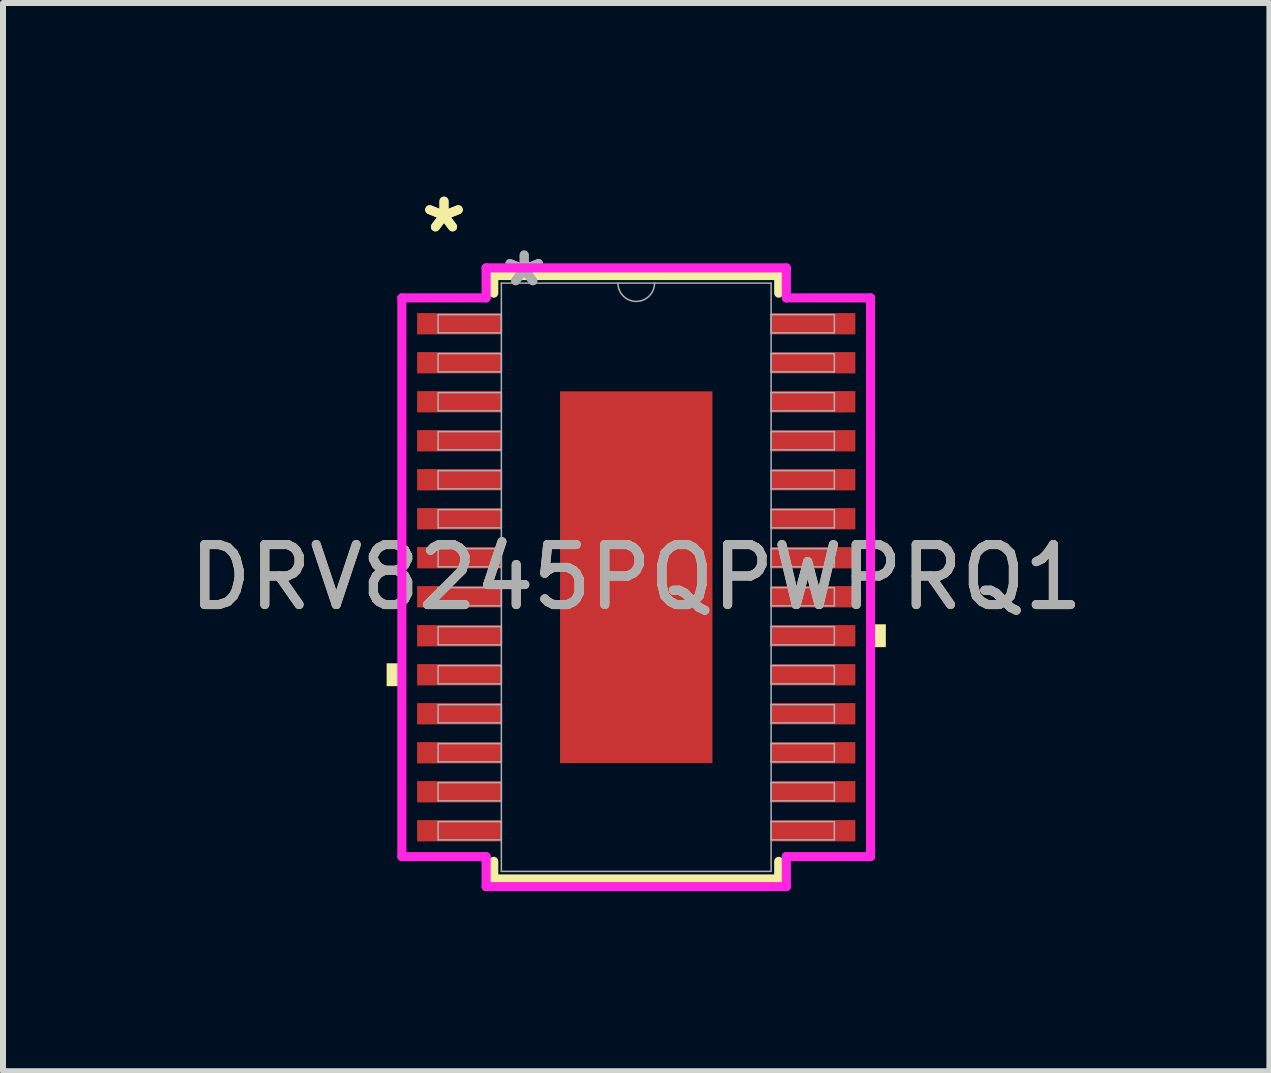
<source format=kicad_pcb>
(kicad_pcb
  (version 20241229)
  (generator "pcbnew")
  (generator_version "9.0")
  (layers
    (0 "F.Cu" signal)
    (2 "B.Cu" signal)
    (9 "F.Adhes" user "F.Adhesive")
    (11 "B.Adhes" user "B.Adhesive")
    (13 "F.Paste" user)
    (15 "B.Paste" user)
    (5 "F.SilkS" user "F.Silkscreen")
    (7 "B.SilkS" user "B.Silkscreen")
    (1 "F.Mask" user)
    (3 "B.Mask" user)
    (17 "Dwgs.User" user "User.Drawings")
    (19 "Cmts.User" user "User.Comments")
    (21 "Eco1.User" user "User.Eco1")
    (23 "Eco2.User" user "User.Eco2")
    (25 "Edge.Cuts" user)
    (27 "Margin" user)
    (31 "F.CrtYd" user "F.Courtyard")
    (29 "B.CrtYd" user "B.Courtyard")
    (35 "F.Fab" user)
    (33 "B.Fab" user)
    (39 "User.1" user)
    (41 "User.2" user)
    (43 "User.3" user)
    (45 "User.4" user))
  (footprint "DRV8245PQPWPRQ1"
    (layer "F.Cu")
    (at 7.554 6.571)
    (property "Reference" "DRV8245PQPWPRQ1" (at 0 0 0) (unlocked yes) (layer "F.SilkS") (effects (font (size 1 1) (thickness 0.15))))
    (attr smd)
    (fp_line (start -2.375 -5.029) (end -2.375 -4.735) (stroke (width 0.152) (type solid)) (layer "F.SilkS"))
    (fp_line (start -2.375 4.735) (end -2.375 5.029) (stroke (width 0.152) (type solid)) (layer "F.SilkS"))
    (fp_line (start -2.375 5.029) (end 2.375 5.029) (stroke (width 0.152) (type solid)) (layer "F.SilkS"))
    (fp_line (start 2.375 -5.029) (end -2.375 -5.029) (stroke (width 0.152) (type solid)) (layer "F.SilkS"))
    (fp_line (start 2.375 -4.735) (end 2.375 -5.029) (stroke (width 0.152) (type solid)) (layer "F.SilkS"))
    (fp_line (start 2.375 5.029) (end 2.375 4.735) (stroke (width 0.152) (type solid)) (layer "F.SilkS"))
    (fp_poly (pts (xy -4.16 1.434) (xy -4.16 1.815) (xy -3.906 1.815) (xy -3.906 1.434)) (stroke (width 0) (type solid)) (fill yes) (layer "F.SilkS"))
    (fp_poly (pts (xy 4.16 0.784) (xy 4.16 1.165) (xy 3.906 1.165) (xy 3.906 0.784)) (stroke (width 0) (type solid)) (fill yes) (layer "F.SilkS"))
    (fp_poly (pts (xy -1.17 -2.999) (xy -1.17 -1.649) (xy -0.1 -1.649) (xy -0.1 -2.999)) (stroke (width 0) (type solid)) (fill yes) (layer "F.Paste"))
    (fp_poly (pts (xy -1.17 -1.449) (xy -1.17 -0.1) (xy -0.1 -0.1) (xy -0.1 -1.449)) (stroke (width 0) (type solid)) (fill yes) (layer "F.Paste"))
    (fp_poly (pts (xy -1.17 0.1) (xy -1.17 1.449) (xy -0.1 1.449) (xy -0.1 0.1)) (stroke (width 0) (type solid)) (fill yes) (layer "F.Paste"))
    (fp_poly (pts (xy -1.17 1.649) (xy -1.17 2.999) (xy -0.1 2.999) (xy -0.1 1.649)) (stroke (width 0) (type solid)) (fill yes) (layer "F.Paste"))
    (fp_poly (pts (xy 0.1 -2.999) (xy 0.1 -1.649) (xy 1.17 -1.649) (xy 1.17 -2.999)) (stroke (width 0) (type solid)) (fill yes) (layer "F.Paste"))
    (fp_poly (pts (xy 0.1 -1.449) (xy 0.1 -0.1) (xy 1.17 -0.1) (xy 1.17 -1.449)) (stroke (width 0) (type solid)) (fill yes) (layer "F.Paste"))
    (fp_poly (pts (xy 0.1 0.1) (xy 0.1 1.449) (xy 1.17 1.449) (xy 1.17 0.1)) (stroke (width 0) (type solid)) (fill yes) (layer "F.Paste"))
    (fp_poly (pts (xy 0.1 1.649) (xy 0.1 2.999) (xy 1.17 2.999) (xy 1.17 1.649)) (stroke (width 0) (type solid)) (fill yes) (layer "F.Paste"))
    (fp_line (start -3.906 -4.656) (end -2.502 -4.656) (stroke (width 0.152) (type solid)) (layer "F.CrtYd"))
    (fp_line (start -3.906 4.656) (end -3.906 -4.656) (stroke (width 0.152) (type solid)) (layer "F.CrtYd"))
    (fp_line (start -3.906 4.656) (end -2.502 4.656) (stroke (width 0.152) (type solid)) (layer "F.CrtYd"))
    (fp_line (start -2.502 -5.156) (end 2.502 -5.156) (stroke (width 0.152) (type solid)) (layer "F.CrtYd"))
    (fp_line (start -2.502 -4.656) (end -2.502 -5.156) (stroke (width 0.152) (type solid)) (layer "F.CrtYd"))
    (fp_line (start -2.502 5.156) (end -2.502 4.656) (stroke (width 0.152) (type solid)) (layer "F.CrtYd"))
    (fp_line (start 2.502 -5.156) (end 2.502 -4.656) (stroke (width 0.152) (type solid)) (layer "F.CrtYd"))
    (fp_line (start 2.502 4.656) (end 2.502 5.156) (stroke (width 0.152) (type solid)) (layer "F.CrtYd"))
    (fp_line (start 2.502 5.156) (end -2.502 5.156) (stroke (width 0.152) (type solid)) (layer "F.CrtYd"))
    (fp_line (start 3.906 -4.656) (end 2.502 -4.656) (stroke (width 0.152) (type solid)) (layer "F.CrtYd"))
    (fp_line (start 3.906 -4.656) (end 3.906 4.656) (stroke (width 0.152) (type solid)) (layer "F.CrtYd"))
    (fp_line (start 3.906 4.656) (end 2.502 4.656) (stroke (width 0.152) (type solid)) (layer "F.CrtYd"))
    (fp_line (start -3.302 -4.377) (end -3.302 -4.073) (stroke (width 0.025) (type solid)) (layer "F.Fab"))
    (fp_line (start -3.302 -4.073) (end -2.248 -4.073) (stroke (width 0.025) (type solid)) (layer "F.Fab"))
    (fp_line (start -3.302 -3.727) (end -3.302 -3.423) (stroke (width 0.025) (type solid)) (layer "F.Fab"))
    (fp_line (start -3.302 -3.423) (end -2.248 -3.423) (stroke (width 0.025) (type solid)) (layer "F.Fab"))
    (fp_line (start -3.302 -3.077) (end -3.302 -2.773) (stroke (width 0.025) (type solid)) (layer "F.Fab"))
    (fp_line (start -3.302 -2.773) (end -2.248 -2.773) (stroke (width 0.025) (type solid)) (layer "F.Fab"))
    (fp_line (start -3.302 -2.427) (end -3.302 -2.123) (stroke (width 0.025) (type solid)) (layer "F.Fab"))
    (fp_line (start -3.302 -2.123) (end -2.248 -2.123) (stroke (width 0.025) (type solid)) (layer "F.Fab"))
    (fp_line (start -3.302 -1.777) (end -3.302 -1.473) (stroke (width 0.025) (type solid)) (layer "F.Fab"))
    (fp_line (start -3.302 -1.473) (end -2.248 -1.473) (stroke (width 0.025) (type solid)) (layer "F.Fab"))
    (fp_line (start -3.302 -1.127) (end -3.302 -0.823) (stroke (width 0.025) (type solid)) (layer "F.Fab"))
    (fp_line (start -3.302 -0.823) (end -2.248 -0.823) (stroke (width 0.025) (type solid)) (layer "F.Fab"))
    (fp_line (start -3.302 -0.477) (end -3.302 -0.173) (stroke (width 0.025) (type solid)) (layer "F.Fab"))
    (fp_line (start -3.302 -0.173) (end -2.248 -0.173) (stroke (width 0.025) (type solid)) (layer "F.Fab"))
    (fp_line (start -3.302 0.173) (end -3.302 0.477) (stroke (width 0.025) (type solid)) (layer "F.Fab"))
    (fp_line (start -3.302 0.477) (end -2.248 0.477) (stroke (width 0.025) (type solid)) (layer "F.Fab"))
    (fp_line (start -3.302 0.823) (end -3.302 1.127) (stroke (width 0.025) (type solid)) (layer "F.Fab"))
    (fp_line (start -3.302 1.127) (end -2.248 1.127) (stroke (width 0.025) (type solid)) (layer "F.Fab"))
    (fp_line (start -3.302 1.473) (end -3.302 1.777) (stroke (width 0.025) (type solid)) (layer "F.Fab"))
    (fp_line (start -3.302 1.777) (end -2.248 1.777) (stroke (width 0.025) (type solid)) (layer "F.Fab"))
    (fp_line (start -3.302 2.123) (end -3.302 2.427) (stroke (width 0.025) (type solid)) (layer "F.Fab"))
    (fp_line (start -3.302 2.427) (end -2.248 2.427) (stroke (width 0.025) (type solid)) (layer "F.Fab"))
    (fp_line (start -3.302 2.773) (end -3.302 3.077) (stroke (width 0.025) (type solid)) (layer "F.Fab"))
    (fp_line (start -3.302 3.077) (end -2.248 3.077) (stroke (width 0.025) (type solid)) (layer "F.Fab"))
    (fp_line (start -3.302 3.423) (end -3.302 3.727) (stroke (width 0.025) (type solid)) (layer "F.Fab"))
    (fp_line (start -3.302 3.727) (end -2.248 3.727) (stroke (width 0.025) (type solid)) (layer "F.Fab"))
    (fp_line (start -3.302 4.073) (end -3.302 4.377) (stroke (width 0.025) (type solid)) (layer "F.Fab"))
    (fp_line (start -3.302 4.377) (end -2.248 4.377) (stroke (width 0.025) (type solid)) (layer "F.Fab"))
    (fp_line (start -2.248 -4.902) (end -2.248 4.902) (stroke (width 0.025) (type solid)) (layer "F.Fab"))
    (fp_line (start -2.248 -4.377) (end -3.302 -4.377) (stroke (width 0.025) (type solid)) (layer "F.Fab"))
    (fp_line (start -2.248 -4.073) (end -2.248 -4.377) (stroke (width 0.025) (type solid)) (layer "F.Fab"))
    (fp_line (start -2.248 -3.727) (end -3.302 -3.727) (stroke (width 0.025) (type solid)) (layer "F.Fab"))
    (fp_line (start -2.248 -3.423) (end -2.248 -3.727) (stroke (width 0.025) (type solid)) (layer "F.Fab"))
    (fp_line (start -2.248 -3.077) (end -3.302 -3.077) (stroke (width 0.025) (type solid)) (layer "F.Fab"))
    (fp_line (start -2.248 -2.773) (end -2.248 -3.077) (stroke (width 0.025) (type solid)) (layer "F.Fab"))
    (fp_line (start -2.248 -2.427) (end -3.302 -2.427) (stroke (width 0.025) (type solid)) (layer "F.Fab"))
    (fp_line (start -2.248 -2.123) (end -2.248 -2.427) (stroke (width 0.025) (type solid)) (layer "F.Fab"))
    (fp_line (start -2.248 -1.777) (end -3.302 -1.777) (stroke (width 0.025) (type solid)) (layer "F.Fab"))
    (fp_line (start -2.248 -1.473) (end -2.248 -1.777) (stroke (width 0.025) (type solid)) (layer "F.Fab"))
    (fp_line (start -2.248 -1.127) (end -3.302 -1.127) (stroke (width 0.025) (type solid)) (layer "F.Fab"))
    (fp_line (start -2.248 -0.823) (end -2.248 -1.127) (stroke (width 0.025) (type solid)) (layer "F.Fab"))
    (fp_line (start -2.248 -0.477) (end -3.302 -0.477) (stroke (width 0.025) (type solid)) (layer "F.Fab"))
    (fp_line (start -2.248 -0.173) (end -2.248 -0.477) (stroke (width 0.025) (type solid)) (layer "F.Fab"))
    (fp_line (start -2.248 0.173) (end -3.302 0.173) (stroke (width 0.025) (type solid)) (layer "F.Fab"))
    (fp_line (start -2.248 0.477) (end -2.248 0.173) (stroke (width 0.025) (type solid)) (layer "F.Fab"))
    (fp_line (start -2.248 0.823) (end -3.302 0.823) (stroke (width 0.025) (type solid)) (layer "F.Fab"))
    (fp_line (start -2.248 1.127) (end -2.248 0.823) (stroke (width 0.025) (type solid)) (layer "F.Fab"))
    (fp_line (start -2.248 1.473) (end -3.302 1.473) (stroke (width 0.025) (type solid)) (layer "F.Fab"))
    (fp_line (start -2.248 1.777) (end -2.248 1.473) (stroke (width 0.025) (type solid)) (layer "F.Fab"))
    (fp_line (start -2.248 2.123) (end -3.302 2.123) (stroke (width 0.025) (type solid)) (layer "F.Fab"))
    (fp_line (start -2.248 2.427) (end -2.248 2.123) (stroke (width 0.025) (type solid)) (layer "F.Fab"))
    (fp_line (start -2.248 2.773) (end -3.302 2.773) (stroke (width 0.025) (type solid)) (layer "F.Fab"))
    (fp_line (start -2.248 3.077) (end -2.248 2.773) (stroke (width 0.025) (type solid)) (layer "F.Fab"))
    (fp_line (start -2.248 3.423) (end -3.302 3.423) (stroke (width 0.025) (type solid)) (layer "F.Fab"))
    (fp_line (start -2.248 3.727) (end -2.248 3.423) (stroke (width 0.025) (type solid)) (layer "F.Fab"))
    (fp_line (start -2.248 4.073) (end -3.302 4.073) (stroke (width 0.025) (type solid)) (layer "F.Fab"))
    (fp_line (start -2.248 4.377) (end -2.248 4.073) (stroke (width 0.025) (type solid)) (layer "F.Fab"))
    (fp_line (start -2.248 4.902) (end 2.248 4.902) (stroke (width 0.025) (type solid)) (layer "F.Fab"))
    (fp_line (start 2.248 -4.902) (end -2.248 -4.902) (stroke (width 0.025) (type solid)) (layer "F.Fab"))
    (fp_line (start 2.248 -4.377) (end 2.248 -4.073) (stroke (width 0.025) (type solid)) (layer "F.Fab"))
    (fp_line (start 2.248 -4.073) (end 3.302 -4.073) (stroke (width 0.025) (type solid)) (layer "F.Fab"))
    (fp_line (start 2.248 -3.727) (end 2.248 -3.423) (stroke (width 0.025) (type solid)) (layer "F.Fab"))
    (fp_line (start 2.248 -3.423) (end 3.302 -3.423) (stroke (width 0.025) (type solid)) (layer "F.Fab"))
    (fp_line (start 2.248 -3.077) (end 2.248 -2.773) (stroke (width 0.025) (type solid)) (layer "F.Fab"))
    (fp_line (start 2.248 -2.773) (end 3.302 -2.773) (stroke (width 0.025) (type solid)) (layer "F.Fab"))
    (fp_line (start 2.248 -2.427) (end 2.248 -2.123) (stroke (width 0.025) (type solid)) (layer "F.Fab"))
    (fp_line (start 2.248 -2.123) (end 3.302 -2.123) (stroke (width 0.025) (type solid)) (layer "F.Fab"))
    (fp_line (start 2.248 -1.777) (end 2.248 -1.473) (stroke (width 0.025) (type solid)) (layer "F.Fab"))
    (fp_line (start 2.248 -1.473) (end 3.302 -1.473) (stroke (width 0.025) (type solid)) (layer "F.Fab"))
    (fp_line (start 2.248 -1.127) (end 2.248 -0.823) (stroke (width 0.025) (type solid)) (layer "F.Fab"))
    (fp_line (start 2.248 -0.823) (end 3.302 -0.823) (stroke (width 0.025) (type solid)) (layer "F.Fab"))
    (fp_line (start 2.248 -0.477) (end 2.248 -0.173) (stroke (width 0.025) (type solid)) (layer "F.Fab"))
    (fp_line (start 2.248 -0.173) (end 3.302 -0.173) (stroke (width 0.025) (type solid)) (layer "F.Fab"))
    (fp_line (start 2.248 0.173) (end 2.248 0.477) (stroke (width 0.025) (type solid)) (layer "F.Fab"))
    (fp_line (start 2.248 0.477) (end 3.302 0.477) (stroke (width 0.025) (type solid)) (layer "F.Fab"))
    (fp_line (start 2.248 0.823) (end 2.248 1.127) (stroke (width 0.025) (type solid)) (layer "F.Fab"))
    (fp_line (start 2.248 1.127) (end 3.302 1.127) (stroke (width 0.025) (type solid)) (layer "F.Fab"))
    (fp_line (start 2.248 1.473) (end 2.248 1.777) (stroke (width 0.025) (type solid)) (layer "F.Fab"))
    (fp_line (start 2.248 1.777) (end 3.302 1.777) (stroke (width 0.025) (type solid)) (layer "F.Fab"))
    (fp_line (start 2.248 2.123) (end 2.248 2.427) (stroke (width 0.025) (type solid)) (layer "F.Fab"))
    (fp_line (start 2.248 2.427) (end 3.302 2.427) (stroke (width 0.025) (type solid)) (layer "F.Fab"))
    (fp_line (start 2.248 2.773) (end 2.248 3.077) (stroke (width 0.025) (type solid)) (layer "F.Fab"))
    (fp_line (start 2.248 3.077) (end 3.302 3.077) (stroke (width 0.025) (type solid)) (layer "F.Fab"))
    (fp_line (start 2.248 3.423) (end 2.248 3.727) (stroke (width 0.025) (type solid)) (layer "F.Fab"))
    (fp_line (start 2.248 3.727) (end 3.302 3.727) (stroke (width 0.025) (type solid)) (layer "F.Fab"))
    (fp_line (start 2.248 4.073) (end 2.248 4.377) (stroke (width 0.025) (type solid)) (layer "F.Fab"))
    (fp_line (start 2.248 4.377) (end 3.302 4.377) (stroke (width 0.025) (type solid)) (layer "F.Fab"))
    (fp_line (start 2.248 4.902) (end 2.248 -4.902) (stroke (width 0.025) (type solid)) (layer "F.Fab"))
    (fp_line (start 3.302 -4.377) (end 2.248 -4.377) (stroke (width 0.025) (type solid)) (layer "F.Fab"))
    (fp_line (start 3.302 -4.073) (end 3.302 -4.377) (stroke (width 0.025) (type solid)) (layer "F.Fab"))
    (fp_line (start 3.302 -3.727) (end 2.248 -3.727) (stroke (width 0.025) (type solid)) (layer "F.Fab"))
    (fp_line (start 3.302 -3.423) (end 3.302 -3.727) (stroke (width 0.025) (type solid)) (layer "F.Fab"))
    (fp_line (start 3.302 -3.077) (end 2.248 -3.077) (stroke (width 0.025) (type solid)) (layer "F.Fab"))
    (fp_line (start 3.302 -2.773) (end 3.302 -3.077) (stroke (width 0.025) (type solid)) (layer "F.Fab"))
    (fp_line (start 3.302 -2.427) (end 2.248 -2.427) (stroke (width 0.025) (type solid)) (layer "F.Fab"))
    (fp_line (start 3.302 -2.123) (end 3.302 -2.427) (stroke (width 0.025) (type solid)) (layer "F.Fab"))
    (fp_line (start 3.302 -1.777) (end 2.248 -1.777) (stroke (width 0.025) (type solid)) (layer "F.Fab"))
    (fp_line (start 3.302 -1.473) (end 3.302 -1.777) (stroke (width 0.025) (type solid)) (layer "F.Fab"))
    (fp_line (start 3.302 -1.127) (end 2.248 -1.127) (stroke (width 0.025) (type solid)) (layer "F.Fab"))
    (fp_line (start 3.302 -0.823) (end 3.302 -1.127) (stroke (width 0.025) (type solid)) (layer "F.Fab"))
    (fp_line (start 3.302 -0.477) (end 2.248 -0.477) (stroke (width 0.025) (type solid)) (layer "F.Fab"))
    (fp_line (start 3.302 -0.173) (end 3.302 -0.477) (stroke (width 0.025) (type solid)) (layer "F.Fab"))
    (fp_line (start 3.302 0.173) (end 2.248 0.173) (stroke (width 0.025) (type solid)) (layer "F.Fab"))
    (fp_line (start 3.302 0.477) (end 3.302 0.173) (stroke (width 0.025) (type solid)) (layer "F.Fab"))
    (fp_line (start 3.302 0.823) (end 2.248 0.823) (stroke (width 0.025) (type solid)) (layer "F.Fab"))
    (fp_line (start 3.302 1.127) (end 3.302 0.823) (stroke (width 0.025) (type solid)) (layer "F.Fab"))
    (fp_line (start 3.302 1.473) (end 2.248 1.473) (stroke (width 0.025) (type solid)) (layer "F.Fab"))
    (fp_line (start 3.302 1.777) (end 3.302 1.473) (stroke (width 0.025) (type solid)) (layer "F.Fab"))
    (fp_line (start 3.302 2.123) (end 2.248 2.123) (stroke (width 0.025) (type solid)) (layer "F.Fab"))
    (fp_line (start 3.302 2.427) (end 3.302 2.123) (stroke (width 0.025) (type solid)) (layer "F.Fab"))
    (fp_line (start 3.302 2.773) (end 2.248 2.773) (stroke (width 0.025) (type solid)) (layer "F.Fab"))
    (fp_line (start 3.302 3.077) (end 3.302 2.773) (stroke (width 0.025) (type solid)) (layer "F.Fab"))
    (fp_line (start 3.302 3.423) (end 2.248 3.423) (stroke (width 0.025) (type solid)) (layer "F.Fab"))
    (fp_line (start 3.302 3.727) (end 3.302 3.423) (stroke (width 0.025) (type solid)) (layer "F.Fab"))
    (fp_line (start 3.302 4.073) (end 2.248 4.073) (stroke (width 0.025) (type solid)) (layer "F.Fab"))
    (fp_line (start 3.302 4.377) (end 3.302 4.073) (stroke (width 0.025) (type solid)) (layer "F.Fab"))
    (fp_arc (start 0.3048 -4.9022) (mid 0 -4.5974) (end -0.3048 -4.9022) (stroke (width 0.0254) (type solid)) (layer "F.Fab"))
    (fp_text user "*" (at -3.204 -5.723 0) (unlocked yes) (layer "F.SilkS") (effects (font (size 1 1) (thickness 0.15))))
    (fp_text user "*" (at -3.204 -5.723 0) (layer "F.SilkS") (effects (font (size 1 1) (thickness 0.15))))
    (fp_text user "${REFERENCE}" (at 0 0 0) (unlocked yes) (layer "F.Fab") (effects (font (size 1 1) (thickness 0.15))))
    (fp_text user "*" (at -1.867 -4.826 0) (unlocked yes) (layer "F.Fab") (effects (font (size 1 1) (thickness 0.15))))
    (fp_text user "*" (at -1.867 -4.826 0) (layer "F.Fab") (effects (font (size 1 1) (thickness 0.15))))
    (pad "1" smd rect (at -2.95 -4.225) (size 1.404 0.355) (layers "F.Cu" "F.Mask" "F.Paste"))
    (pad "2" smd rect (at -2.95 -3.575) (size 1.404 0.355) (layers "F.Cu" "F.Mask" "F.Paste"))
    (pad "3" smd rect (at -2.95 -2.925) (size 1.404 0.355) (layers "F.Cu" "F.Mask" "F.Paste"))
    (pad "4" smd rect (at -2.95 -2.275) (size 1.404 0.355) (layers "F.Cu" "F.Mask" "F.Paste"))
    (pad "5" smd rect (at -2.95 -1.625) (size 1.404 0.355) (layers "F.Cu" "F.Mask" "F.Paste"))
    (pad "6" smd rect (at -2.95 -0.975) (size 1.404 0.355) (layers "F.Cu" "F.Mask" "F.Paste"))
    (pad "7" smd rect (at -2.95 -0.325) (size 1.404 0.355) (layers "F.Cu" "F.Mask" "F.Paste"))
    (pad "8" smd rect (at -2.95 0.325) (size 1.404 0.355) (layers "F.Cu" "F.Mask" "F.Paste"))
    (pad "9" smd rect (at -2.95 0.975) (size 1.404 0.355) (layers "F.Cu" "F.Mask" "F.Paste"))
    (pad "10" smd rect (at -2.95 1.625) (size 1.404 0.355) (layers "F.Cu" "F.Mask" "F.Paste"))
    (pad "11" smd rect (at -2.95 2.275) (size 1.404 0.355) (layers "F.Cu" "F.Mask" "F.Paste"))
    (pad "12" smd rect (at -2.95 2.925) (size 1.404 0.355) (layers "F.Cu" "F.Mask" "F.Paste"))
    (pad "13" smd rect (at -2.95 3.575) (size 1.404 0.355) (layers "F.Cu" "F.Mask" "F.Paste"))
    (pad "14" smd rect (at -2.95 4.225) (size 1.404 0.355) (layers "F.Cu" "F.Mask" "F.Paste"))
    (pad "15" smd rect (at 2.95 4.225) (size 1.404 0.355) (layers "F.Cu" "F.Mask" "F.Paste"))
    (pad "16" smd rect (at 2.95 3.575) (size 1.404 0.355) (layers "F.Cu" "F.Mask" "F.Paste"))
    (pad "17" smd rect (at 2.95 2.925) (size 1.404 0.355) (layers "F.Cu" "F.Mask" "F.Paste"))
    (pad "18" smd rect (at 2.95 2.275) (size 1.404 0.355) (layers "F.Cu" "F.Mask" "F.Paste"))
    (pad "19" smd rect (at 2.95 1.625) (size 1.404 0.355) (layers "F.Cu" "F.Mask" "F.Paste"))
    (pad "20" smd rect (at 2.95 0.975) (size 1.404 0.355) (layers "F.Cu" "F.Mask" "F.Paste"))
    (pad "21" smd rect (at 2.95 0.325) (size 1.404 0.355) (layers "F.Cu" "F.Mask" "F.Paste"))
    (pad "22" smd rect (at 2.95 -0.325) (size 1.404 0.355) (layers "F.Cu" "F.Mask" "F.Paste"))
    (pad "23" smd rect (at 2.95 -0.975) (size 1.404 0.355) (layers "F.Cu" "F.Mask" "F.Paste"))
    (pad "24" smd rect (at 2.95 -1.625) (size 1.404 0.355) (layers "F.Cu" "F.Mask" "F.Paste"))
    (pad "25" smd rect (at 2.95 -2.275) (size 1.404 0.355) (layers "F.Cu" "F.Mask" "F.Paste"))
    (pad "26" smd rect (at 2.95 -2.925) (size 1.404 0.355) (layers "F.Cu" "F.Mask" "F.Paste"))
    (pad "27" smd rect (at 2.95 -3.575) (size 1.404 0.355) (layers "F.Cu" "F.Mask" "F.Paste"))
    (pad "28" smd rect (at 2.95 -4.225) (size 1.404 0.355) (layers "F.Cu" "F.Mask" "F.Paste"))
    (pad "EPAD" smd rect (at 0 0) (size 2.54 6.198) (layers "F.Cu" "F.Mask")))
  (gr_rect
    (start -3 -3)
    (end 18.107 14.803)
    (stroke (width 0.1) (type default))
    (fill no)
    (layer "Edge.Cuts")))
</source>
